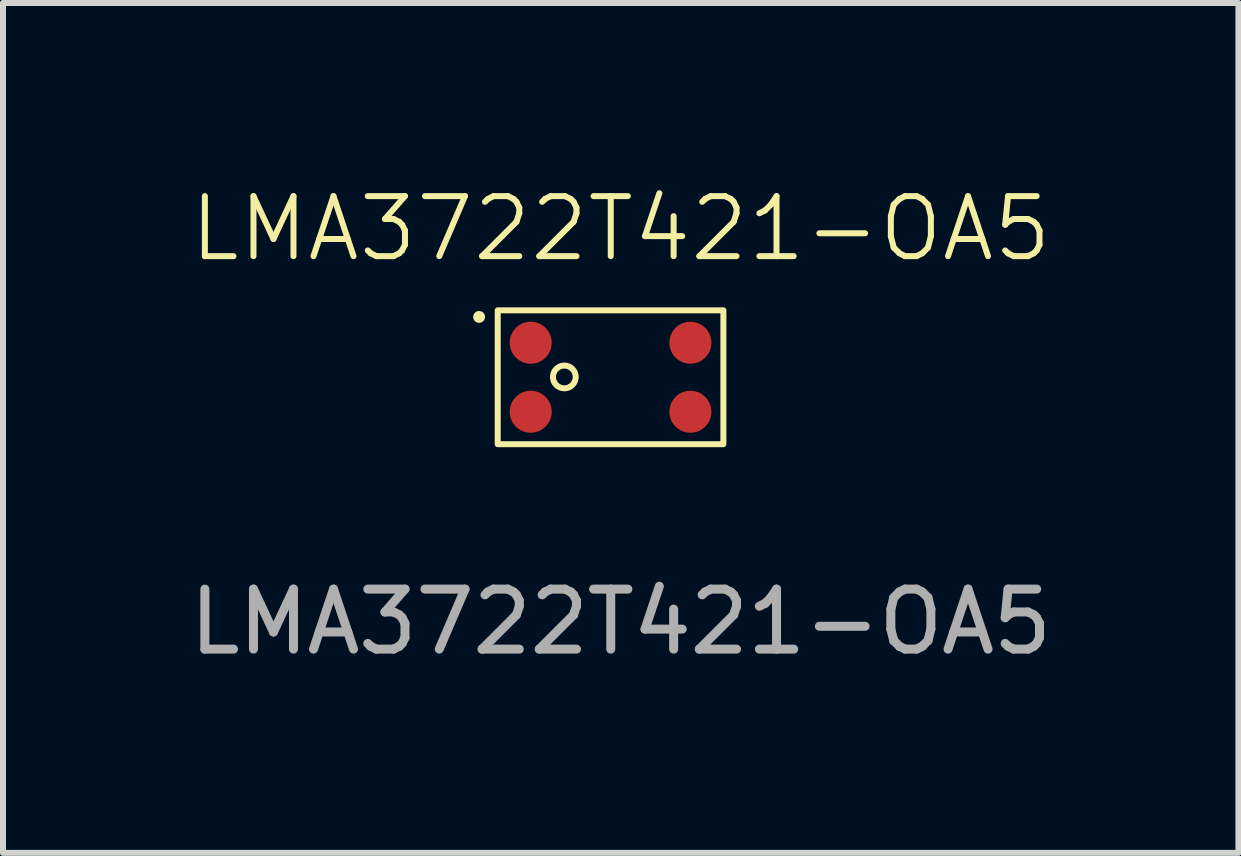
<source format=kicad_pcb>
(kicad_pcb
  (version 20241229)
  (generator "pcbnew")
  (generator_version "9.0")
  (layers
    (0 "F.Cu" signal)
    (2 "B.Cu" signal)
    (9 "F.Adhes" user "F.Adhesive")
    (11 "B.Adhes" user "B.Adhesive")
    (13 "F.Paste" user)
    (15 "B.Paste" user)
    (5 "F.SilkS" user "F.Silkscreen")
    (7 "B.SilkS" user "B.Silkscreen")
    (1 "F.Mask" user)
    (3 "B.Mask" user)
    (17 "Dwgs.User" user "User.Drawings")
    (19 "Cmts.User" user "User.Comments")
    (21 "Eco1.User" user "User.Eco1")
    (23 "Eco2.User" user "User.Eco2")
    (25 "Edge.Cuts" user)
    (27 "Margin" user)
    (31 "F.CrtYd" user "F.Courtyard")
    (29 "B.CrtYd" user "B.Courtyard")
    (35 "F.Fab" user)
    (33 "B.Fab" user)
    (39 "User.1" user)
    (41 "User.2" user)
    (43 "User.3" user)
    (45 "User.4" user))
  (footprint "LMA3722T421-OA5"
    (layer "F.Cu")
    (at 7.292 3.26)
    (property "Reference" "LMA3722T421-OA5" (at 0 -2.5 0) (unlocked yes) (layer "F.SilkS") (effects (font (size 1 1) (thickness 0.1))))
    (attr smd)
    (fp_rect (start -2.05 -1.14) (end 1.71 1.09) (stroke (width 0.1) (type default)) (fill no) (layer "F.SilkS"))
    (fp_circle (center -2.36 -1.03) (end -2.33 -1.07) (stroke (width 0.1) (type default)) (fill no) (layer "F.SilkS"))
    (fp_circle (center -0.94 -0.03) (end -0.88 -0.21) (stroke (width 0.1) (type default)) (fill no) (layer "F.SilkS"))
    (fp_text user "${REFERENCE}" (at 0 4.05 0) (unlocked yes) (layer "F.Fab") (effects (font (size 1 1) (thickness 0.15))))
    (pad "1" smd circle (at -1.5 -0.6 90) (size 0.7 0.7) (layers "F.Cu" "F.Mask" "F.Paste"))
    (pad "2" smd circle (at -1.5 0.55 90) (size 0.7 0.7) (layers "F.Cu" "F.Mask" "F.Paste"))
    (pad "3" smd circle (at 1.16 0.55 90) (size 0.7 0.7) (layers "F.Cu" "F.Mask" "F.Paste"))
    (pad "4" smd circle (at 1.16 -0.6 90) (size 0.7 0.7) (layers "F.Cu" "F.Mask" "F.Paste")))
  (gr_rect
    (start -3 -3)
    (end 17.583 11.159)
    (stroke (width 0.1) (type default))
    (fill no)
    (layer "Edge.Cuts")))
</source>
